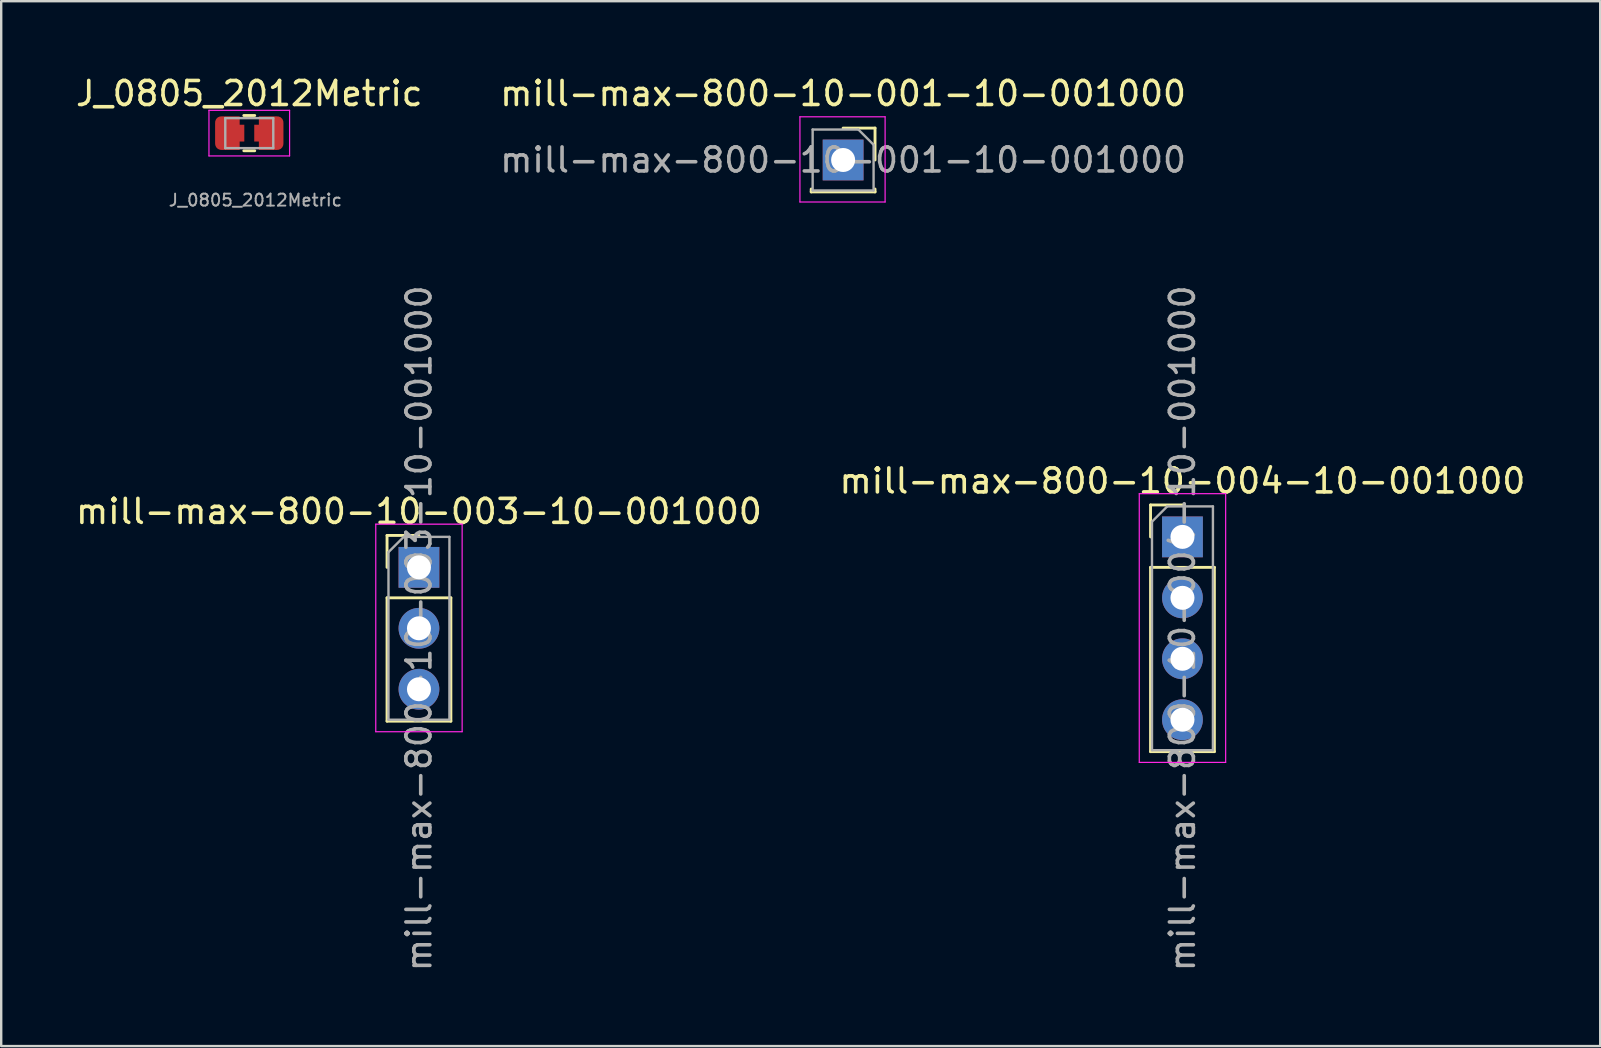
<source format=kicad_pcb>
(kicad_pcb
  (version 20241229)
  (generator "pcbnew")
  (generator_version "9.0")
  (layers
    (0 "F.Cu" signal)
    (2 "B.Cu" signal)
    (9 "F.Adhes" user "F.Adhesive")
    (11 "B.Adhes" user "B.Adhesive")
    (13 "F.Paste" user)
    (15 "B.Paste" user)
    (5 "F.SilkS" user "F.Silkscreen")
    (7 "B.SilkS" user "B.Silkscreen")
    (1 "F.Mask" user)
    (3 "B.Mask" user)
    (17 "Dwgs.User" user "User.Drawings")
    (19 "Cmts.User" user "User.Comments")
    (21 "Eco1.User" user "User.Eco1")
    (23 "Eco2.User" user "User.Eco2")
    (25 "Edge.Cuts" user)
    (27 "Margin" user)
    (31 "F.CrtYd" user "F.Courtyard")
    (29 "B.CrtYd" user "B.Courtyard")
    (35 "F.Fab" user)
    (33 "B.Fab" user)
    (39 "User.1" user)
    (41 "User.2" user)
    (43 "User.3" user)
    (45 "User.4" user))
  (footprint "J_0805_2012Metric"
    (layer "F.Cu")
    (at 7.339 2.498)
    (property "Reference" "J_0805_2012Metric" (at 0 -1.65 0) (layer "F.SilkS") (effects (font (size 1 1) (thickness 0.15))))
    (attr smd)
    (fp_line (start -0.227 -0.735) (end 0.227 -0.735) (stroke (width 0.12) (type solid)) (layer "F.SilkS"))
    (fp_line (start -0.227 0.735) (end 0.227 0.735) (stroke (width 0.12) (type solid)) (layer "F.SilkS"))
    (fp_line (start -1.68 -0.95) (end 1.68 -0.95) (stroke (width 0.05) (type solid)) (layer "F.CrtYd"))
    (fp_line (start -1.68 0.95) (end -1.68 -0.95) (stroke (width 0.05) (type solid)) (layer "F.CrtYd"))
    (fp_line (start 1.68 -0.95) (end 1.68 0.95) (stroke (width 0.05) (type solid)) (layer "F.CrtYd"))
    (fp_line (start 1.68 0.95) (end -1.68 0.95) (stroke (width 0.05) (type solid)) (layer "F.CrtYd"))
    (fp_line (start -1 -0.625) (end 1 -0.625) (stroke (width 0.1) (type solid)) (layer "F.Fab"))
    (fp_line (start -1 0.625) (end -1 -0.625) (stroke (width 0.1) (type solid)) (layer "F.Fab"))
    (fp_line (start 1 -0.625) (end 1 0.625) (stroke (width 0.1) (type solid)) (layer "F.Fab"))
    (fp_line (start 1 0.625) (end -1 0.625) (stroke (width 0.1) (type solid)) (layer "F.Fab"))
    (fp_text user "${REFERENCE}" (at 0.254 2.794 0) (layer "F.Fab") (effects (font (size 0.5 0.5) (thickness 0.08))))
    (pad "1" smd custom (at -0.912 0) (size 0.769 1.2) (layers "F.Cu" "F.Mask" "F.Paste") (options (anchor rect)) (primitives (gr_circle (center -0.256 0.444) (end 0 0.444) (width 0) (fill yes)) (gr_circle (center -0.256 -0.444) (end 0 -0.444) (width 0) (fill yes)) (gr_poly (pts (xy -0.512 0.444) (xy -0.512 -0.444) (xy -0.256 -0.444) (xy -0.256 0.444)) (width 0) (fill yes)) (gr_poly (pts (xy -0.256 0.7) (xy -0.256 -0.7) (xy 0.512 -0.7) (xy 0.512 0.7)) (width 0) (fill yes)) (gr_poly (pts (xy 0.512 -0.35) (xy 0.512 0.35) (xy 0.705 0.35) (xy 0.705 -0.35)) (width 0) (fill yes))))
    (pad "2" smd custom (at 0.912 0 180) (size 0.769 1.2) (layers "F.Cu" "F.Mask" "F.Paste") (options (anchor rect)) (primitives (gr_circle (center -0.256 0.444) (end 0 0.444) (width 0) (fill yes)) (gr_circle (center -0.256 -0.444) (end 0 -0.444) (width 0) (fill yes)) (gr_poly (pts (xy -0.512 0.444) (xy -0.512 -0.444) (xy -0.256 -0.444) (xy -0.256 0.444)) (width 0) (fill yes)) (gr_poly (pts (xy -0.256 0.7) (xy -0.256 -0.7) (xy 0.512 -0.7) (xy 0.512 0.7)) (width 0) (fill yes)) (gr_poly (pts (xy 0.512 -0.35) (xy 0.512 0.35) (xy 0.705 0.35) (xy 0.705 -0.35)) (width 0) (fill yes)))))
  (footprint "mill-max-800-10-001-10-001000"
    (layer "F.Cu")
    (at 32.089 3.618)
    (property "Reference" "mill-max-800-10-001-10-001000" (at 0 -2.77 0) (layer "F.SilkS") (effects (font (size 1 1) (thickness 0.15))))
    (attr through_hole)
    (fp_line (start -1.33 1.21) (end -1.33 1.33) (stroke (width 0.12) (type solid)) (layer "F.SilkS"))
    (fp_line (start -1.33 1.33) (end 1.33 1.33) (stroke (width 0.12) (type solid)) (layer "F.SilkS"))
    (fp_line (start 0 -1.33) (end 1.33 -1.33) (stroke (width 0.12) (type solid)) (layer "F.SilkS"))
    (fp_line (start 1.33 -1.33) (end 1.33 0) (stroke (width 0.12) (type solid)) (layer "F.SilkS"))
    (fp_line (start 1.33 1.21) (end 1.33 1.33) (stroke (width 0.12) (type solid)) (layer "F.SilkS"))
    (fp_line (start -1.8 -1.8) (end 1.75 -1.8) (stroke (width 0.05) (type solid)) (layer "F.CrtYd"))
    (fp_line (start -1.8 1.75) (end -1.8 -1.8) (stroke (width 0.05) (type solid)) (layer "F.CrtYd"))
    (fp_line (start 1.75 -1.8) (end 1.75 1.75) (stroke (width 0.05) (type solid)) (layer "F.CrtYd"))
    (fp_line (start 1.75 1.75) (end -1.8 1.75) (stroke (width 0.05) (type solid)) (layer "F.CrtYd"))
    (fp_line (start -1.27 -1.27) (end 0.635 -1.27) (stroke (width 0.1) (type solid)) (layer "F.Fab"))
    (fp_line (start -1.27 1.27) (end -1.27 -1.27) (stroke (width 0.1) (type solid)) (layer "F.Fab"))
    (fp_line (start 0.635 -1.27) (end 1.27 -0.635) (stroke (width 0.1) (type solid)) (layer "F.Fab"))
    (fp_line (start 1.27 -0.635) (end 1.27 1.27) (stroke (width 0.1) (type solid)) (layer "F.Fab"))
    (fp_line (start 1.27 1.27) (end -1.27 1.27) (stroke (width 0.1) (type solid)) (layer "F.Fab"))
    (fp_text user "${REFERENCE}" (at 0 0 0) (layer "F.Fab") (effects (font (size 1 1) (thickness 0.15))))
    (pad "1" thru_hole rect (at 0 0) (size 1.7 1.7) (drill 1) (layers "*.Cu" "*.Mask")))
  (footprint "mill-max-800-10-004-10-001000"
    (layer "F.Cu")
    (at 46.232 19.326)
    (property "Reference" "mill-max-800-10-004-10-001000" (at 0 -2.33 0) (layer "F.SilkS") (effects (font (size 1 1) (thickness 0.15))))
    (attr through_hole)
    (fp_line (start -1.33 -1.33) (end 0 -1.33) (stroke (width 0.12) (type solid)) (layer "F.SilkS"))
    (fp_line (start -1.33 0) (end -1.33 -1.33) (stroke (width 0.12) (type solid)) (layer "F.SilkS"))
    (fp_line (start -1.33 1.27) (end -1.33 8.95) (stroke (width 0.12) (type solid)) (layer "F.SilkS"))
    (fp_line (start -1.33 1.27) (end 1.33 1.27) (stroke (width 0.12) (type solid)) (layer "F.SilkS"))
    (fp_line (start -1.33 8.95) (end 1.33 8.95) (stroke (width 0.12) (type solid)) (layer "F.SilkS"))
    (fp_line (start 1.33 1.27) (end 1.33 8.95) (stroke (width 0.12) (type solid)) (layer "F.SilkS"))
    (fp_line (start -1.8 -1.8) (end -1.8 9.4) (stroke (width 0.05) (type solid)) (layer "F.CrtYd"))
    (fp_line (start -1.8 9.4) (end 1.8 9.4) (stroke (width 0.05) (type solid)) (layer "F.CrtYd"))
    (fp_line (start 1.8 -1.8) (end -1.8 -1.8) (stroke (width 0.05) (type solid)) (layer "F.CrtYd"))
    (fp_line (start 1.8 9.4) (end 1.8 -1.8) (stroke (width 0.05) (type solid)) (layer "F.CrtYd"))
    (fp_line (start -1.27 -0.635) (end -0.635 -1.27) (stroke (width 0.1) (type solid)) (layer "F.Fab"))
    (fp_line (start -1.27 8.89) (end -1.27 -0.635) (stroke (width 0.1) (type solid)) (layer "F.Fab"))
    (fp_line (start -0.635 -1.27) (end 1.27 -1.27) (stroke (width 0.1) (type solid)) (layer "F.Fab"))
    (fp_line (start 1.27 -1.27) (end 1.27 8.89) (stroke (width 0.1) (type solid)) (layer "F.Fab"))
    (fp_line (start 1.27 8.89) (end -1.27 8.89) (stroke (width 0.1) (type solid)) (layer "F.Fab"))
    (fp_text user "${REFERENCE}" (at 0 3.81 90) (layer "F.Fab") (effects (font (size 1 1) (thickness 0.15))))
    (pad "1" thru_hole rect (at 0 0) (size 1.7 1.7) (drill 1) (layers "*.Cu" "*.Mask"))
    (pad "2" thru_hole oval (at 0 2.54) (size 1.7 1.7) (drill 1) (layers "*.Cu" "*.Mask"))
    (pad "3" thru_hole oval (at 0 5.08) (size 1.7 1.7) (drill 1) (layers "*.Cu" "*.Mask"))
    (pad "4" thru_hole oval (at 0 7.62) (size 1.7 1.7) (drill 1) (layers "*.Cu" "*.Mask")))
  (footprint "mill-max-800-10-003-10-001000"
    (layer "F.Cu")
    (at 14.411 20.596)
    (property "Reference" "mill-max-800-10-003-10-001000" (at 0 -2.33 0) (layer "F.SilkS") (effects (font (size 1 1) (thickness 0.15))))
    (attr through_hole)
    (fp_line (start -1.33 -1.33) (end 0 -1.33) (stroke (width 0.12) (type solid)) (layer "F.SilkS"))
    (fp_line (start -1.33 0) (end -1.33 -1.33) (stroke (width 0.12) (type solid)) (layer "F.SilkS"))
    (fp_line (start -1.33 1.27) (end -1.33 6.41) (stroke (width 0.12) (type solid)) (layer "F.SilkS"))
    (fp_line (start -1.33 1.27) (end 1.33 1.27) (stroke (width 0.12) (type solid)) (layer "F.SilkS"))
    (fp_line (start -1.33 6.41) (end 1.33 6.41) (stroke (width 0.12) (type solid)) (layer "F.SilkS"))
    (fp_line (start 1.33 1.27) (end 1.33 6.41) (stroke (width 0.12) (type solid)) (layer "F.SilkS"))
    (fp_line (start -1.8 -1.8) (end -1.8 6.85) (stroke (width 0.05) (type solid)) (layer "F.CrtYd"))
    (fp_line (start -1.8 6.85) (end 1.8 6.85) (stroke (width 0.05) (type solid)) (layer "F.CrtYd"))
    (fp_line (start 1.8 -1.8) (end -1.8 -1.8) (stroke (width 0.05) (type solid)) (layer "F.CrtYd"))
    (fp_line (start 1.8 6.85) (end 1.8 -1.8) (stroke (width 0.05) (type solid)) (layer "F.CrtYd"))
    (fp_line (start -1.27 -0.635) (end -0.635 -1.27) (stroke (width 0.1) (type solid)) (layer "F.Fab"))
    (fp_line (start -1.27 6.35) (end -1.27 -0.635) (stroke (width 0.1) (type solid)) (layer "F.Fab"))
    (fp_line (start -0.635 -1.27) (end 1.27 -1.27) (stroke (width 0.1) (type solid)) (layer "F.Fab"))
    (fp_line (start 1.27 -1.27) (end 1.27 6.35) (stroke (width 0.1) (type solid)) (layer "F.Fab"))
    (fp_line (start 1.27 6.35) (end -1.27 6.35) (stroke (width 0.1) (type solid)) (layer "F.Fab"))
    (fp_text user "${REFERENCE}" (at 0 2.54 90) (layer "F.Fab") (effects (font (size 1 1) (thickness 0.15))))
    (pad "1" thru_hole rect (at 0 0) (size 1.7 1.7) (drill 1) (layers "*.Cu" "*.Mask"))
    (pad "2" thru_hole oval (at 0 2.54) (size 1.7 1.7) (drill 1) (layers "*.Cu" "*.Mask"))
    (pad "3" thru_hole oval (at 0 5.08) (size 1.7 1.7) (drill 1) (layers "*.Cu" "*.Mask")))
  (gr_rect
    (start -3 -3)
    (end 63.643 40.547)
    (stroke (width 0.1) (type default))
    (fill no)
    (layer "Edge.Cuts")))
</source>
